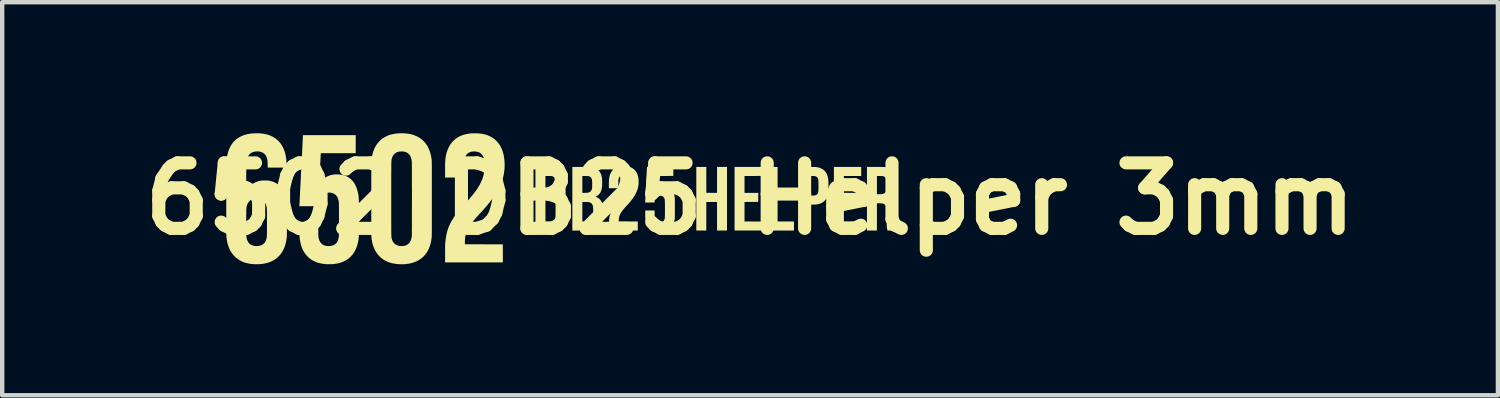
<source format=kicad_pcb>
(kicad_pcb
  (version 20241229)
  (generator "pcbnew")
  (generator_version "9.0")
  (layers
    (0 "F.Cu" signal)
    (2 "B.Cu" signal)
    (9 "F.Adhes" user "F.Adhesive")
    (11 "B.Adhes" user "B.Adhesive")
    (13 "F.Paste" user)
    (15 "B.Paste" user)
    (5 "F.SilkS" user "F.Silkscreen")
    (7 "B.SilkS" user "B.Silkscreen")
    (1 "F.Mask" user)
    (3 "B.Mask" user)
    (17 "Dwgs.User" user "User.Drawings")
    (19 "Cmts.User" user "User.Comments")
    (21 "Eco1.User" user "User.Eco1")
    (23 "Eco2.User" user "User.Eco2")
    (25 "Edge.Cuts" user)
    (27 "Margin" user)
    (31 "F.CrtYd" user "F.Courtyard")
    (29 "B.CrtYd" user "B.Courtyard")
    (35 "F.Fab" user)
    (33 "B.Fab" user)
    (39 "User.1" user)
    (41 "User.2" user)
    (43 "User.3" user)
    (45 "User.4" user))
  (footprint "6502 DB25 Helper 3mm"
    (layer "F.Cu")
    (at 14.121 1.5)
    (property "Reference" "6502 DB25 Helper 3mm" (at 0 0 0) (layer "F.SilkS") (effects (font (size 1.5 1.5) (thickness 0.3))))
    (attr board_only exclude_from_pos_files exclude_from_bom)
    (fp_poly (pts (xy 0.631 -0.104) (xy 0.631 0.52) (xy 0.819 0.52) (xy 1.006 0.52) (xy 1.006 0.624) (xy 1.006 0.728) (xy 0.704 0.728) (xy 0.402 0.728) (xy 0.402 -0.000001) (xy 0.402 -0.728) (xy 0.517 -0.728) (xy 0.631 -0.728)) (stroke (width 0) (type solid)) (fill yes) (layer "F.SilkS"))
    (fp_poly (pts (xy -1.001 -0.432) (xy -1 -0.136) (xy -0.878 -0.135) (xy -0.755 -0.134) (xy -0.755 -0.431) (xy -0.755 -0.728) (xy -0.641 -0.728) (xy -0.527 -0.728) (xy -0.527 -0.000001) (xy -0.527 0.728) (xy -0.641 0.728) (xy -0.755 0.728) (xy -0.755 0.401) (xy -0.755 0.074) (xy -0.878 0.074) (xy -1.001 0.074) (xy -1.001 0.401) (xy -1.001 0.728) (xy -1.116 0.728) (xy -1.23 0.728) (xy -1.23 -0.000001) (xy -1.23 -0.728) (xy -1.116 -0.728) (xy -1.001 -0.728)) (stroke (width 0) (type solid)) (fill yes) (layer "F.SilkS"))
    (fp_poly (pts (xy 0.27 -0.625) (xy 0.269 -0.522) (xy 0.072 -0.521) (xy -0.126 -0.52) (xy -0.126 -0.327) (xy -0.126 -0.135) (xy 0.032 -0.135) (xy 0.189 -0.135) (xy 0.188 -0.031) (xy 0.188 0.072) (xy 0.031 0.073) (xy -0.126 0.074) (xy -0.126 0.297) (xy -0.126 0.52) (xy 0.072 0.521) (xy 0.269 0.522) (xy 0.27 0.625) (xy 0.27 0.728) (xy -0.042 0.728) (xy -0.354 0.728) (xy -0.354 -0.000001) (xy -0.354 -0.728) (xy -0.042 -0.728) (xy 0.27 -0.728)) (stroke (width 0) (type solid)) (fill yes) (layer "F.SilkS"))
    (fp_poly (pts (xy 2.545 -0.624) (xy 2.545 -0.52) (xy 2.347 -0.52) (xy 2.149 -0.52) (xy 2.149 -0.328) (xy 2.15 -0.136) (xy 2.307 -0.135) (xy 2.463 -0.134) (xy 2.463 -0.03) (xy 2.463 0.074) (xy 2.306 0.074) (xy 2.149 0.074) (xy 2.149 0.297) (xy 2.149 0.52) (xy 2.347 0.52) (xy 2.545 0.52) (xy 2.545 0.624) (xy 2.545 0.728) (xy 2.232 0.728) (xy 1.92 0.728) (xy 1.92 -0.000001) (xy 1.92 -0.728) (xy 2.232 -0.728) (xy 2.545 -0.728)) (stroke (width 0) (type solid)) (fill yes) (layer "F.SilkS"))
    (fp_poly (pts (xy 1.318 -0.728) (xy 1.355 -0.728) (xy 1.388 -0.727) (xy 1.416 -0.727) (xy 1.44 -0.727) (xy 1.461 -0.727) (xy 1.478 -0.726) (xy 1.493 -0.726) (xy 1.505 -0.726) (xy 1.514 -0.725) (xy 1.522 -0.725) (xy 1.529 -0.724) (xy 1.534 -0.723) (xy 1.539 -0.723) (xy 1.539 -0.722) (xy 1.579 -0.713) (xy 1.615 -0.701) (xy 1.647 -0.685) (xy 1.676 -0.667) (xy 1.701 -0.646) (xy 1.723 -0.621) (xy 1.737 -0.603) (xy 1.754 -0.573) (xy 1.768 -0.541) (xy 1.779 -0.505) (xy 1.787 -0.466) (xy 1.793 -0.423) (xy 1.793 -0.418) (xy 1.794 -0.405) (xy 1.795 -0.388) (xy 1.795 -0.368) (xy 1.795 -0.345) (xy 1.796 -0.321) (xy 1.796 -0.295) (xy 1.796 -0.27) (xy 1.795 -0.246) (xy 1.795 -0.223) (xy 1.795 -0.203) (xy 1.794 -0.187) (xy 1.793 -0.174) (xy 1.793 -0.174) (xy 1.787 -0.128) (xy 1.778 -0.086) (xy 1.766 -0.048) (xy 1.75 -0.013) (xy 1.731 0.018) (xy 1.708 0.045) (xy 1.682 0.069) (xy 1.653 0.089) (xy 1.62 0.105) (xy 1.614 0.108) (xy 1.595 0.115) (xy 1.575 0.12) (xy 1.555 0.125) (xy 1.534 0.129) (xy 1.51 0.131) (xy 1.484 0.133) (xy 1.454 0.134) (xy 1.42 0.134) (xy 1.347 0.135) (xy 1.347 0.431) (xy 1.347 0.728) (xy 1.232 0.728) (xy 1.118 0.728) (xy 1.118 -0.000128) (xy 1.118 -0.297) (xy 1.347 -0.297) (xy 1.347 -0.074) (xy 1.412 -0.074) (xy 1.433 -0.074) (xy 1.451 -0.074) (xy 1.464 -0.074) (xy 1.475 -0.075) (xy 1.484 -0.076) (xy 1.49 -0.077) (xy 1.492 -0.078) (xy 1.513 -0.085) (xy 1.53 -0.097) (xy 1.544 -0.111) (xy 1.554 -0.13) (xy 1.559 -0.142) (xy 1.561 -0.15) (xy 1.563 -0.159) (xy 1.564 -0.17) (xy 1.565 -0.183) (xy 1.566 -0.198) (xy 1.567 -0.216) (xy 1.567 -0.238) (xy 1.567 -0.263) (xy 1.567 -0.293) (xy 1.567 -0.314) (xy 1.566 -0.341) (xy 1.566 -0.364) (xy 1.566 -0.383) (xy 1.565 -0.399) (xy 1.565 -0.411) (xy 1.564 -0.421) (xy 1.564 -0.429) (xy 1.563 -0.435) (xy 1.562 -0.44) (xy 1.561 -0.443) (xy 1.554 -0.465) (xy 1.544 -0.483) (xy 1.531 -0.497) (xy 1.515 -0.507) (xy 1.508 -0.511) (xy 1.5 -0.514) (xy 1.492 -0.516) (xy 1.483 -0.518) (xy 1.472 -0.519) (xy 1.459 -0.52) (xy 1.443 -0.52) (xy 1.422 -0.52) (xy 1.412 -0.52) (xy 1.347 -0.52) (xy 1.347 -0.297) (xy 1.118 -0.297) (xy 1.118 -0.729)) (stroke (width 0) (type solid)) (fill yes) (layer "F.SilkS"))
    (fp_poly (pts (xy -2.871 -0.748) (xy -2.85 -0.747) (xy -2.83 -0.746) (xy -2.814 -0.744) (xy -2.807 -0.743) (xy -2.767 -0.733) (xy -2.73 -0.72) (xy -2.696 -0.702) (xy -2.666 -0.681) (xy -2.639 -0.656) (xy -2.615 -0.628) (xy -2.595 -0.596) (xy -2.591 -0.587) (xy -2.576 -0.554) (xy -2.565 -0.517) (xy -2.557 -0.477) (xy -2.552 -0.435) (xy -2.55 -0.392) (xy -2.551 -0.348) (xy -2.556 -0.304) (xy -2.563 -0.261) (xy -2.57 -0.235) (xy -2.584 -0.191) (xy -2.602 -0.147) (xy -2.624 -0.104) (xy -2.65 -0.059) (xy -2.68 -0.014) (xy -2.693 0.005) (xy -2.707 0.023) (xy -2.722 0.043) (xy -2.739 0.063) (xy -2.758 0.085) (xy -2.778 0.109) (xy -2.802 0.135) (xy -2.828 0.164) (xy -2.842 0.179) (xy -2.87 0.211) (xy -2.895 0.239) (xy -2.916 0.266) (xy -2.935 0.29) (xy -2.95 0.313) (xy -2.964 0.334) (xy -2.974 0.355) (xy -2.983 0.375) (xy -2.991 0.396) (xy -2.996 0.417) (xy -2.996 0.417) (xy -2.999 0.429) (xy -3.001 0.445) (xy -3.003 0.463) (xy -3.005 0.481) (xy -3.006 0.498) (xy -3.006 0.51) (xy -3.007 0.52) (xy -2.788 0.52) (xy -2.57 0.52) (xy -2.57 0.624) (xy -2.57 0.728) (xy -2.902 0.728) (xy -3.233 0.728) (xy -3.232 0.617) (xy -3.231 0.585) (xy -3.231 0.557) (xy -3.23 0.533) (xy -3.229 0.514) (xy -3.228 0.497) (xy -3.227 0.484) (xy -3.226 0.475) (xy -3.221 0.439) (xy -3.215 0.405) (xy -3.207 0.373) (xy -3.197 0.343) (xy -3.186 0.313) (xy -3.172 0.283) (xy -3.156 0.253) (xy -3.137 0.223) (xy -3.116 0.192) (xy -3.091 0.16) (xy -3.063 0.125) (xy -3.032 0.089) (xy -3.001 0.054) (xy -2.967 0.017) (xy -2.938 -0.018) (xy -2.911 -0.05) (xy -2.888 -0.08) (xy -2.867 -0.108) (xy -2.85 -0.135) (xy -2.834 -0.161) (xy -2.821 -0.186) (xy -2.811 -0.21) (xy -2.801 -0.235) (xy -2.794 -0.26) (xy -2.792 -0.267) (xy -2.785 -0.297) (xy -2.781 -0.33) (xy -2.779 -0.362) (xy -2.779 -0.395) (xy -2.781 -0.425) (xy -2.785 -0.453) (xy -2.788 -0.466) (xy -2.797 -0.487) (xy -2.809 -0.505) (xy -2.824 -0.52) (xy -2.843 -0.531) (xy -2.865 -0.538) (xy -2.889 -0.541) (xy -2.916 -0.54) (xy -2.917 -0.54) (xy -2.94 -0.535) (xy -2.96 -0.527) (xy -2.978 -0.514) (xy -2.991 -0.498) (xy -2.998 -0.486) (xy -3.002 -0.478) (xy -3.005 -0.47) (xy -3.008 -0.462) (xy -3.01 -0.453) (xy -3.012 -0.443) (xy -3.013 -0.432) (xy -3.014 -0.418) (xy -3.015 -0.4) (xy -3.015 -0.38) (xy -3.016 -0.355) (xy -3.016 -0.337) (xy -3.017 -0.241) (xy -3.124 -0.242) (xy -3.231 -0.242) (xy -3.232 -0.307) (xy -3.232 -0.352) (xy -3.231 -0.393) (xy -3.229 -0.429) (xy -3.226 -0.462) (xy -3.221 -0.492) (xy -3.215 -0.519) (xy -3.208 -0.544) (xy -3.199 -0.567) (xy -3.189 -0.589) (xy -3.188 -0.591) (xy -3.169 -0.624) (xy -3.146 -0.652) (xy -3.12 -0.678) (xy -3.091 -0.699) (xy -3.058 -0.716) (xy -3.022 -0.73) (xy -2.983 -0.741) (xy -2.948 -0.746) (xy -2.932 -0.748) (xy -2.914 -0.748) (xy -2.893 -0.748)) (stroke (width 0) (type solid)) (fill yes) (layer "F.SilkS"))
    (fp_poly (pts (xy -4.682 -0.728) (xy -4.648 -0.728) (xy -4.617 -0.728) (xy -4.591 -0.728) (xy -4.568 -0.728) (xy -4.548 -0.727) (xy -4.531 -0.727) (xy -4.516 -0.726) (xy -4.503 -0.725) (xy -4.492 -0.724) (xy -4.481 -0.722) (xy -4.472 -0.721) (xy -4.462 -0.719) (xy -4.453 -0.717) (xy -4.445 -0.714) (xy -4.407 -0.703) (xy -4.374 -0.687) (xy -4.344 -0.668) (xy -4.317 -0.645) (xy -4.293 -0.618) (xy -4.273 -0.588) (xy -4.266 -0.574) (xy -4.253 -0.546) (xy -4.243 -0.516) (xy -4.235 -0.484) (xy -4.229 -0.449) (xy -4.225 -0.411) (xy -4.225 -0.405) (xy -4.225 -0.396) (xy -4.224 -0.383) (xy -4.224 -0.365) (xy -4.224 -0.343) (xy -4.223 -0.318) (xy -4.223 -0.289) (xy -4.223 -0.258) (xy -4.223 -0.224) (xy -4.223 -0.187) (xy -4.223 -0.15) (xy -4.222 -0.11) (xy -4.222 -0.07) (xy -4.222 -0.029) (xy -4.222 0.012) (xy -4.222 0.053) (xy -4.222 0.093) (xy -4.223 0.133) (xy -4.223 0.171) (xy -4.223 0.208) (xy -4.223 0.243) (xy -4.223 0.276) (xy -4.223 0.306) (xy -4.224 0.332) (xy -4.224 0.356) (xy -4.224 0.375) (xy -4.224 0.391) (xy -4.225 0.402) (xy -4.225 0.405) (xy -4.228 0.444) (xy -4.234 0.479) (xy -4.241 0.512) (xy -4.251 0.542) (xy -4.264 0.57) (xy -4.266 0.574) (xy -4.285 0.606) (xy -4.307 0.635) (xy -4.333 0.659) (xy -4.362 0.68) (xy -4.394 0.697) (xy -4.43 0.711) (xy -4.46 0.718) (xy -4.468 0.72) (xy -4.477 0.722) (xy -4.486 0.723) (xy -4.495 0.724) (xy -4.506 0.725) (xy -4.519 0.726) (xy -4.534 0.727) (xy -4.551 0.727) (xy -4.57 0.728) (xy -4.593 0.728) (xy -4.619 0.728) (xy -4.65 0.728) (xy -4.684 0.728) (xy -4.722 0.728) (xy -4.913 0.728) (xy -4.913 -0.000001) (xy -4.684 -0.000001) (xy -4.684 0.52) (xy -4.615 0.52) (xy -4.592 0.52) (xy -4.573 0.52) (xy -4.558 0.519) (xy -4.547 0.519) (xy -4.538 0.518) (xy -4.533 0.517) (xy -4.511 0.509) (xy -4.494 0.498) (xy -4.479 0.483) (xy -4.468 0.465) (xy -4.459 0.442) (xy -4.456 0.431) (xy -4.456 0.428) (xy -4.455 0.425) (xy -4.455 0.421) (xy -4.454 0.416) (xy -4.454 0.41) (xy -4.454 0.402) (xy -4.453 0.393) (xy -4.453 0.382) (xy -4.453 0.369) (xy -4.453 0.353) (xy -4.453 0.334) (xy -4.452 0.313) (xy -4.452 0.288) (xy -4.452 0.261) (xy -4.452 0.229) (xy -4.452 0.194) (xy -4.452 0.155) (xy -4.452 0.111) (xy -4.452 0.063) (xy -4.452 0.01) (xy -4.452 -0.000001) (xy -4.452 -0.054) (xy -4.452 -0.103) (xy -4.452 -0.147) (xy -4.452 -0.187) (xy -4.452 -0.223) (xy -4.452 -0.256) (xy -4.452 -0.284) (xy -4.452 -0.309) (xy -4.453 -0.331) (xy -4.453 -0.35) (xy -4.453 -0.366) (xy -4.453 -0.38) (xy -4.453 -0.391) (xy -4.454 -0.401) (xy -4.454 -0.409) (xy -4.454 -0.415) (xy -4.455 -0.42) (xy -4.455 -0.424) (xy -4.456 -0.428) (xy -4.456 -0.43) (xy -4.456 -0.431) (xy -4.464 -0.455) (xy -4.474 -0.476) (xy -4.487 -0.492) (xy -4.503 -0.505) (xy -4.523 -0.514) (xy -4.533 -0.517) (xy -4.539 -0.518) (xy -4.547 -0.519) (xy -4.559 -0.52) (xy -4.574 -0.52) (xy -4.593 -0.52) (xy -4.615 -0.52) (xy -4.684 -0.52) (xy -4.684 -0.000001) (xy -4.913 -0.000001) (xy -4.913 -0.728) (xy -4.722 -0.728)) (stroke (width 0) (type solid)) (fill yes) (layer "F.SilkS"))
    (fp_poly (pts (xy 2.905 -0.728) (xy 2.942 -0.728) (xy 2.974 -0.728) (xy 3.002 -0.728) (xy 3.027 -0.727) (xy 3.048 -0.727) (xy 3.067 -0.726) (xy 3.083 -0.725) (xy 3.098 -0.723) (xy 3.111 -0.722) (xy 3.123 -0.72) (xy 3.134 -0.717) (xy 3.145 -0.715) (xy 3.156 -0.711) (xy 3.167 -0.708) (xy 3.17 -0.707) (xy 3.204 -0.694) (xy 3.233 -0.678) (xy 3.259 -0.66) (xy 3.282 -0.638) (xy 3.301 -0.612) (xy 3.318 -0.583) (xy 3.331 -0.55) (xy 3.342 -0.513) (xy 3.348 -0.484) (xy 3.35 -0.473) (xy 3.351 -0.458) (xy 3.352 -0.44) (xy 3.353 -0.419) (xy 3.353 -0.395) (xy 3.353 -0.371) (xy 3.353 -0.346) (xy 3.353 -0.321) (xy 3.353 -0.296) (xy 3.352 -0.274) (xy 3.352 -0.254) (xy 3.351 -0.237) (xy 3.349 -0.224) (xy 3.349 -0.218) (xy 3.341 -0.183) (xy 3.331 -0.152) (xy 3.319 -0.123) (xy 3.302 -0.094) (xy 3.282 -0.07) (xy 3.26 -0.049) (xy 3.234 -0.032) (xy 3.226 -0.027) (xy 3.216 -0.022) (xy 3.21 -0.018) (xy 3.206 -0.015) (xy 3.205 -0.014) (xy 3.208 -0.013) (xy 3.214 -0.009) (xy 3.222 -0.006) (xy 3.224 -0.005) (xy 3.249 0.007) (xy 3.271 0.022) (xy 3.29 0.04) (xy 3.306 0.061) (xy 3.32 0.086) (xy 3.332 0.115) (xy 3.341 0.148) (xy 3.349 0.186) (xy 3.351 0.197) (xy 3.352 0.203) (xy 3.352 0.21) (xy 3.353 0.219) (xy 3.353 0.23) (xy 3.354 0.243) (xy 3.354 0.258) (xy 3.355 0.276) (xy 3.355 0.298) (xy 3.356 0.323) (xy 3.356 0.352) (xy 3.356 0.386) (xy 3.357 0.424) (xy 3.357 0.433) (xy 3.357 0.476) (xy 3.358 0.515) (xy 3.358 0.549) (xy 3.359 0.579) (xy 3.359 0.605) (xy 3.36 0.625) (xy 3.36 0.642) (xy 3.361 0.653) (xy 3.362 0.659) (xy 3.366 0.679) (xy 3.371 0.699) (xy 3.377 0.716) (xy 3.377 0.718) (xy 3.382 0.728) (xy 3.266 0.728) (xy 3.149 0.728) (xy 3.144 0.711) (xy 3.141 0.702) (xy 3.139 0.692) (xy 3.137 0.683) (xy 3.135 0.672) (xy 3.134 0.661) (xy 3.132 0.648) (xy 3.131 0.634) (xy 3.13 0.617) (xy 3.13 0.598) (xy 3.129 0.576) (xy 3.129 0.55) (xy 3.129 0.521) (xy 3.128 0.487) (xy 3.128 0.449) (xy 3.128 0.43) (xy 3.128 0.4) (xy 3.128 0.371) (xy 3.128 0.343) (xy 3.128 0.317) (xy 3.127 0.294) (xy 3.127 0.273) (xy 3.127 0.257) (xy 3.126 0.244) (xy 3.126 0.235) (xy 3.126 0.234) (xy 3.122 0.206) (xy 3.116 0.182) (xy 3.107 0.162) (xy 3.097 0.146) (xy 3.087 0.136) (xy 3.077 0.127) (xy 3.065 0.12) (xy 3.053 0.114) (xy 3.038 0.11) (xy 3.02 0.107) (xy 2.999 0.105) (xy 2.974 0.104) (xy 2.956 0.104) (xy 2.905 0.104) (xy 2.905 0.416) (xy 2.905 0.728) (xy 2.791 0.728) (xy 2.677 0.728) (xy 2.677 -0.000001) (xy 2.677 -0.312) (xy 2.905 -0.312) (xy 2.905 -0.104) (xy 2.956 -0.104) (xy 2.978 -0.104) (xy 2.997 -0.105) (xy 3.013 -0.106) (xy 3.025 -0.107) (xy 3.027 -0.108) (xy 3.051 -0.114) (xy 3.072 -0.124) (xy 3.089 -0.138) (xy 3.103 -0.155) (xy 3.114 -0.176) (xy 3.121 -0.201) (xy 3.122 -0.207) (xy 3.123 -0.217) (xy 3.124 -0.232) (xy 3.125 -0.25) (xy 3.126 -0.27) (xy 3.126 -0.292) (xy 3.126 -0.316) (xy 3.126 -0.339) (xy 3.126 -0.361) (xy 3.125 -0.382) (xy 3.124 -0.4) (xy 3.123 -0.415) (xy 3.122 -0.425) (xy 3.116 -0.45) (xy 3.106 -0.472) (xy 3.094 -0.489) (xy 3.078 -0.503) (xy 3.06 -0.513) (xy 3.056 -0.515) (xy 3.051 -0.516) (xy 3.046 -0.517) (xy 3.04 -0.518) (xy 3.031 -0.519) (xy 3.02 -0.519) (xy 3.005 -0.519) (xy 2.987 -0.52) (xy 2.975 -0.52) (xy 2.905 -0.521) (xy 2.905 -0.312) (xy 2.677 -0.312) (xy 2.677 -0.728) (xy 2.864 -0.728)) (stroke (width 0) (type solid)) (fill yes) (layer "F.SilkS"))
    (fp_poly (pts (xy -3.836 -0.728) (xy -3.799 -0.728) (xy -3.767 -0.728) (xy -3.739 -0.728) (xy -3.714 -0.727) (xy -3.692 -0.727) (xy -3.673 -0.726) (xy -3.657 -0.725) (xy -3.642 -0.723) (xy -3.629 -0.722) (xy -3.617 -0.72) (xy -3.606 -0.718) (xy -3.595 -0.715) (xy -3.584 -0.712) (xy -3.573 -0.708) (xy -3.568 -0.707) (xy -3.543 -0.698) (xy -3.521 -0.687) (xy -3.501 -0.676) (xy -3.483 -0.662) (xy -3.47 -0.65) (xy -3.449 -0.626) (xy -3.43 -0.6) (xy -3.415 -0.569) (xy -3.403 -0.535) (xy -3.394 -0.497) (xy -3.392 -0.487) (xy -3.39 -0.477) (xy -3.389 -0.466) (xy -3.388 -0.453) (xy -3.387 -0.439) (xy -3.386 -0.422) (xy -3.386 -0.4) (xy -3.385 -0.388) (xy -3.385 -0.35) (xy -3.386 -0.315) (xy -3.387 -0.285) (xy -3.39 -0.258) (xy -3.394 -0.234) (xy -3.399 -0.211) (xy -3.405 -0.19) (xy -3.413 -0.171) (xy -3.42 -0.154) (xy -3.436 -0.128) (xy -3.455 -0.104) (xy -3.477 -0.083) (xy -3.501 -0.066) (xy -3.521 -0.055) (xy -3.527 -0.052) (xy -3.531 -0.049) (xy -3.531 -0.048) (xy -3.529 -0.046) (xy -3.523 -0.043) (xy -3.514 -0.038) (xy -3.512 -0.037) (xy -3.482 -0.022) (xy -3.455 -0.002) (xy -3.432 0.021) (xy -3.412 0.047) (xy -3.395 0.078) (xy -3.382 0.112) (xy -3.372 0.15) (xy -3.366 0.19) (xy -3.365 0.202) (xy -3.364 0.217) (xy -3.363 0.236) (xy -3.363 0.257) (xy -3.362 0.281) (xy -3.362 0.305) (xy -3.362 0.33) (xy -3.362 0.355) (xy -3.362 0.378) (xy -3.362 0.399) (xy -3.363 0.417) (xy -3.364 0.432) (xy -3.364 0.44) (xy -3.371 0.484) (xy -3.381 0.523) (xy -3.395 0.559) (xy -3.412 0.591) (xy -3.426 0.613) (xy -3.45 0.639) (xy -3.476 0.663) (xy -3.506 0.683) (xy -3.54 0.699) (xy -3.578 0.712) (xy -3.617 0.721) (xy -3.622 0.722) (xy -3.627 0.723) (xy -3.633 0.724) (xy -3.639 0.725) (xy -3.646 0.725) (xy -3.654 0.726) (xy -3.664 0.726) (xy -3.677 0.726) (xy -3.691 0.727) (xy -3.709 0.727) (xy -3.73 0.727) (xy -3.754 0.727) (xy -3.783 0.727) (xy -3.815 0.728) (xy -3.853 0.728) (xy -3.856 0.728) (xy -4.068 0.729) (xy -4.068 0.297) (xy -3.839 0.297) (xy -3.839 0.52) (xy -3.761 0.52) (xy -3.738 0.52) (xy -3.719 0.52) (xy -3.704 0.52) (xy -3.692 0.519) (xy -3.683 0.519) (xy -3.675 0.518) (xy -3.67 0.517) (xy -3.668 0.516) (xy -3.648 0.509) (xy -3.631 0.499) (xy -3.617 0.486) (xy -3.607 0.469) (xy -3.599 0.448) (xy -3.595 0.433) (xy -3.594 0.427) (xy -3.593 0.42) (xy -3.592 0.412) (xy -3.591 0.403) (xy -3.591 0.393) (xy -3.591 0.379) (xy -3.591 0.363) (xy -3.59 0.342) (xy -3.59 0.318) (xy -3.59 0.312) (xy -3.59 0.282) (xy -3.591 0.256) (xy -3.591 0.234) (xy -3.592 0.216) (xy -3.593 0.201) (xy -3.594 0.188) (xy -3.596 0.176) (xy -3.598 0.166) (xy -3.601 0.156) (xy -3.603 0.151) (xy -3.613 0.129) (xy -3.625 0.111) (xy -3.641 0.097) (xy -3.661 0.086) (xy -3.684 0.078) (xy -3.689 0.077) (xy -3.698 0.076) (xy -3.709 0.075) (xy -3.725 0.074) (xy -3.745 0.074) (xy -3.769 0.074) (xy -3.772 0.074) (xy -3.839 0.074) (xy -3.839 0.297) (xy -4.068 0.297) (xy -4.068 0.000121) (xy -4.068 -0.327) (xy -3.839 -0.327) (xy -3.839 -0.134) (xy -3.778 -0.135) (xy -3.755 -0.136) (xy -3.737 -0.137) (xy -3.723 -0.138) (xy -3.713 -0.139) (xy -3.704 -0.14) (xy -3.701 -0.141) (xy -3.678 -0.149) (xy -3.659 -0.16) (xy -3.644 -0.175) (xy -3.632 -0.193) (xy -3.622 -0.216) (xy -3.621 -0.219) (xy -3.619 -0.225) (xy -3.618 -0.231) (xy -3.617 -0.237) (xy -3.616 -0.244) (xy -3.615 -0.253) (xy -3.615 -0.264) (xy -3.614 -0.278) (xy -3.614 -0.295) (xy -3.614 -0.317) (xy -3.613 -0.345) (xy -3.613 -0.368) (xy -3.614 -0.388) (xy -3.615 -0.404) (xy -3.616 -0.418) (xy -3.618 -0.43) (xy -3.62 -0.44) (xy -3.623 -0.45) (xy -3.624 -0.452) (xy -3.633 -0.473) (xy -3.646 -0.491) (xy -3.662 -0.504) (xy -3.679 -0.513) (xy -3.683 -0.515) (xy -3.688 -0.516) (xy -3.693 -0.517) (xy -3.699 -0.518) (xy -3.708 -0.519) (xy -3.719 -0.519) (xy -3.733 -0.519) (xy -3.751 -0.52) (xy -3.766 -0.52) (xy -3.839 -0.521) (xy -3.839 -0.327) (xy -4.068 -0.327) (xy -4.068 -0.728) (xy -3.877 -0.728)) (stroke (width 0) (type solid)) (fill yes) (layer "F.SilkS"))
    (fp_poly (pts (xy -6.275 -1.498) (xy -6.252 -1.498) (xy -6.231 -1.497) (xy -6.214 -1.496) (xy -6.202 -1.495) (xy -6.142 -1.487) (xy -6.086 -1.476) (xy -6.033 -1.461) (xy -5.984 -1.443) (xy -5.938 -1.421) (xy -5.895 -1.396) (xy -5.854 -1.368) (xy -5.848 -1.362) (xy -5.839 -1.354) (xy -5.827 -1.344) (xy -5.815 -1.332) (xy -5.803 -1.32) (xy -5.8 -1.317) (xy -5.765 -1.278) (xy -5.734 -1.235) (xy -5.707 -1.188) (xy -5.683 -1.138) (xy -5.663 -1.085) (xy -5.647 -1.028) (xy -5.634 -0.967) (xy -5.625 -0.903) (xy -5.621 -0.863) (xy -5.62 -0.841) (xy -5.619 -0.816) (xy -5.618 -0.789) (xy -5.619 -0.761) (xy -5.619 -0.733) (xy -5.62 -0.706) (xy -5.621 -0.683) (xy -5.622 -0.669) (xy -5.63 -0.607) (xy -5.64 -0.546) (xy -5.654 -0.486) (xy -5.671 -0.427) (xy -5.691 -0.369) (xy -5.715 -0.31) (xy -5.742 -0.251) (xy -5.774 -0.192) (xy -5.809 -0.132) (xy -5.848 -0.071) (xy -5.892 -0.009) (xy -5.94 0.055) (xy -5.992 0.12) (xy -6.012 0.145) (xy -6.032 0.168) (xy -6.051 0.191) (xy -6.07 0.213) (xy -6.091 0.236) (xy -6.112 0.26) (xy -6.136 0.286) (xy -6.162 0.315) (xy -6.177 0.33) (xy -6.219 0.377) (xy -6.258 0.42) (xy -6.294 0.461) (xy -6.326 0.499) (xy -6.355 0.535) (xy -6.381 0.569) (xy -6.404 0.601) (xy -6.425 0.632) (xy -6.443 0.662) (xy -6.459 0.692) (xy -6.473 0.72) (xy -6.485 0.748) (xy -6.496 0.777) (xy -6.505 0.805) (xy -6.51 0.826) (xy -6.517 0.854) (xy -6.521 0.881) (xy -6.525 0.909) (xy -6.527 0.939) (xy -6.528 0.973) (xy -6.528 0.982) (xy -6.528 1.042) (xy -6.094 1.043) (xy -5.659 1.043) (xy -5.659 1.25) (xy -5.659 1.457) (xy -6.32 1.457) (xy -6.981 1.457) (xy -6.981 1.262) (xy -6.981 1.23) (xy -6.981 1.199) (xy -6.981 1.168) (xy -6.981 1.14) (xy -6.981 1.113) (xy -6.98 1.089) (xy -6.98 1.069) (xy -6.98 1.052) (xy -6.979 1.039) (xy -6.979 1.031) (xy -6.972 0.958) (xy -6.963 0.889) (xy -6.951 0.823) (xy -6.936 0.76) (xy -6.918 0.699) (xy -6.896 0.64) (xy -6.87 0.582) (xy -6.841 0.525) (xy -6.807 0.468) (xy -6.77 0.41) (xy -6.729 0.353) (xy -6.709 0.326) (xy -6.689 0.3) (xy -6.668 0.274) (xy -6.645 0.248) (xy -6.622 0.22) (xy -6.596 0.191) (xy -6.567 0.159) (xy -6.536 0.125) (xy -6.528 0.117) (xy -6.478 0.062) (xy -6.431 0.009) (xy -6.389 -0.041) (xy -6.349 -0.088) (xy -6.314 -0.134) (xy -6.281 -0.177) (xy -6.251 -0.219) (xy -6.225 -0.26) (xy -6.201 -0.3) (xy -6.179 -0.338) (xy -6.16 -0.377) (xy -6.143 -0.414) (xy -6.128 -0.452) (xy -6.118 -0.484) (xy -6.103 -0.534) (xy -6.091 -0.583) (xy -6.083 -0.632) (xy -6.078 -0.682) (xy -6.076 -0.733) (xy -6.076 -0.777) (xy -6.078 -0.817) (xy -6.081 -0.853) (xy -6.085 -0.885) (xy -6.091 -0.914) (xy -6.099 -0.94) (xy -6.108 -0.964) (xy -6.118 -0.984) (xy -6.131 -1.003) (xy -6.147 -1.022) (xy -6.166 -1.039) (xy -6.187 -1.054) (xy -6.207 -1.064) (xy -6.212 -1.066) (xy -6.243 -1.075) (xy -6.276 -1.081) (xy -6.309 -1.083) (xy -6.343 -1.082) (xy -6.375 -1.077) (xy -6.406 -1.069) (xy -6.429 -1.06) (xy -6.454 -1.045) (xy -6.476 -1.026) (xy -6.496 -1.004) (xy -6.512 -0.978) (xy -6.526 -0.948) (xy -6.537 -0.914) (xy -6.543 -0.888) (xy -6.544 -0.883) (xy -6.545 -0.877) (xy -6.545 -0.872) (xy -6.546 -0.866) (xy -6.547 -0.858) (xy -6.547 -0.849) (xy -6.547 -0.838) (xy -6.548 -0.825) (xy -6.548 -0.809) (xy -6.548 -0.789) (xy -6.549 -0.767) (xy -6.549 -0.74) (xy -6.549 -0.709) (xy -6.549 -0.673) (xy -6.549 -0.673) (xy -6.55 -0.485) (xy -6.766 -0.485) (xy -6.981 -0.485) (xy -6.981 -0.657) (xy -6.981 -0.695) (xy -6.981 -0.729) (xy -6.981 -0.758) (xy -6.981 -0.784) (xy -6.98 -0.807) (xy -6.98 -0.827) (xy -6.979 -0.845) (xy -6.978 -0.861) (xy -6.977 -0.876) (xy -6.976 -0.89) (xy -6.975 -0.904) (xy -6.973 -0.918) (xy -6.971 -0.933) (xy -6.961 -0.994) (xy -6.947 -1.052) (xy -6.929 -1.107) (xy -6.907 -1.159) (xy -6.882 -1.207) (xy -6.853 -1.253) (xy -6.821 -1.294) (xy -6.785 -1.332) (xy -6.746 -1.366) (xy -6.707 -1.395) (xy -6.665 -1.42) (xy -6.619 -1.442) (xy -6.569 -1.46) (xy -6.516 -1.475) (xy -6.459 -1.487) (xy -6.399 -1.495) (xy -6.398 -1.495) (xy -6.384 -1.497) (xy -6.366 -1.497) (xy -6.345 -1.498) (xy -6.322 -1.498) (xy -6.298 -1.498)) (stroke (width 0) (type solid)) (fill yes) (layer "F.SilkS"))
    (fp_poly (pts (xy -1.756 -0.625) (xy -1.756 -0.522) (xy -1.956 -0.521) (xy -1.994 -0.521) (xy -2.028 -0.521) (xy -2.056 -0.52) (xy -2.081 -0.52) (xy -2.101 -0.52) (xy -2.118 -0.52) (xy -2.131 -0.519) (xy -2.141 -0.519) (xy -2.149 -0.519) (xy -2.153 -0.518) (xy -2.156 -0.518) (xy -2.156 -0.517) (xy -2.156 -0.514) (xy -2.157 -0.506) (xy -2.157 -0.495) (xy -2.158 -0.479) (xy -2.159 -0.46) (xy -2.16 -0.438) (xy -2.162 -0.414) (xy -2.163 -0.388) (xy -2.165 -0.36) (xy -2.165 -0.352) (xy -2.167 -0.317) (xy -2.169 -0.287) (xy -2.17 -0.262) (xy -2.171 -0.241) (xy -2.172 -0.223) (xy -2.173 -0.209) (xy -2.173 -0.198) (xy -2.173 -0.189) (xy -2.174 -0.183) (xy -2.174 -0.178) (xy -2.173 -0.175) (xy -2.173 -0.174) (xy -2.173 -0.173) (xy -2.172 -0.173) (xy -2.172 -0.173) (xy -2.169 -0.175) (xy -2.165 -0.18) (xy -2.16 -0.186) (xy -2.149 -0.201) (xy -2.134 -0.217) (xy -2.119 -0.231) (xy -2.103 -0.243) (xy -2.098 -0.246) (xy -2.071 -0.26) (xy -2.041 -0.27) (xy -2.009 -0.276) (xy -1.976 -0.278) (xy -1.943 -0.277) (xy -1.91 -0.272) (xy -1.879 -0.263) (xy -1.85 -0.251) (xy -1.848 -0.249) (xy -1.822 -0.233) (xy -1.799 -0.212) (xy -1.779 -0.187) (xy -1.761 -0.158) (xy -1.747 -0.125) (xy -1.735 -0.089) (xy -1.732 -0.074) (xy -1.73 -0.066) (xy -1.728 -0.058) (xy -1.727 -0.051) (xy -1.726 -0.043) (xy -1.725 -0.035) (xy -1.724 -0.026) (xy -1.723 -0.016) (xy -1.722 -0.004) (xy -1.722 0.009) (xy -1.722 0.025) (xy -1.721 0.044) (xy -1.721 0.066) (xy -1.721 0.091) (xy -1.721 0.12) (xy -1.721 0.153) (xy -1.721 0.19) (xy -1.721 0.217) (xy -1.721 0.257) (xy -1.721 0.292) (xy -1.721 0.323) (xy -1.721 0.349) (xy -1.721 0.372) (xy -1.721 0.392) (xy -1.722 0.409) (xy -1.722 0.423) (xy -1.722 0.434) (xy -1.722 0.444) (xy -1.723 0.452) (xy -1.723 0.459) (xy -1.724 0.465) (xy -1.725 0.47) (xy -1.726 0.475) (xy -1.726 0.475) (xy -1.735 0.518) (xy -1.748 0.557) (xy -1.764 0.593) (xy -1.783 0.624) (xy -1.805 0.652) (xy -1.814 0.662) (xy -1.829 0.676) (xy -1.841 0.686) (xy -1.854 0.695) (xy -1.868 0.704) (xy -1.877 0.709) (xy -1.911 0.725) (xy -1.949 0.737) (xy -1.97 0.741) (xy -1.982 0.743) (xy -1.993 0.745) (xy -2.006 0.746) (xy -2.02 0.747) (xy -2.039 0.747) (xy -2.051 0.748) (xy -2.067 0.748) (xy -2.083 0.748) (xy -2.096 0.748) (xy -2.106 0.748) (xy -2.112 0.747) (xy -2.113 0.747) (xy -2.156 0.74) (xy -2.196 0.729) (xy -2.232 0.714) (xy -2.264 0.696) (xy -2.294 0.673) (xy -2.319 0.648) (xy -2.342 0.618) (xy -2.361 0.585) (xy -2.376 0.548) (xy -2.388 0.507) (xy -2.393 0.484) (xy -2.394 0.475) (xy -2.395 0.467) (xy -2.396 0.458) (xy -2.397 0.448) (xy -2.398 0.435) (xy -2.398 0.42) (xy -2.399 0.401) (xy -2.399 0.378) (xy -2.399 0.362) (xy -2.4 0.269) (xy -2.292 0.269) (xy -2.184 0.269) (xy -2.184 0.35) (xy -2.184 0.376) (xy -2.184 0.398) (xy -2.183 0.416) (xy -2.182 0.43) (xy -2.181 0.443) (xy -2.18 0.453) (xy -2.177 0.462) (xy -2.174 0.471) (xy -2.171 0.48) (xy -2.169 0.483) (xy -2.158 0.502) (xy -2.143 0.517) (xy -2.125 0.529) (xy -2.105 0.537) (xy -2.086 0.54) (xy -2.058 0.541) (xy -2.033 0.538) (xy -2.011 0.531) (xy -1.992 0.52) (xy -1.977 0.505) (xy -1.965 0.487) (xy -1.956 0.464) (xy -1.952 0.449) (xy -1.951 0.443) (xy -1.95 0.432) (xy -1.95 0.417) (xy -1.949 0.398) (xy -1.949 0.377) (xy -1.948 0.353) (xy -1.948 0.326) (xy -1.948 0.299) (xy -1.948 0.27) (xy -1.948 0.24) (xy -1.948 0.211) (xy -1.948 0.182) (xy -1.948 0.154) (xy -1.948 0.127) (xy -1.949 0.102) (xy -1.949 0.08) (xy -1.95 0.061) (xy -1.95 0.045) (xy -1.951 0.033) (xy -1.952 0.025) (xy -1.952 0.025) (xy -1.958 -0.001) (xy -1.968 -0.022) (xy -1.982 -0.039) (xy -1.998 -0.053) (xy -2.018 -0.063) (xy -2.041 -0.068) (xy -2.045 -0.069) (xy -2.072 -0.071) (xy -2.096 -0.068) (xy -2.118 -0.061) (xy -2.137 -0.051) (xy -2.153 -0.037) (xy -2.165 -0.019) (xy -2.169 -0.011) (xy -2.174 0.001) (xy -2.178 0.014) (xy -2.181 0.027) (xy -2.183 0.042) (xy -2.184 0.057) (xy -2.185 0.085) (xy -2.293 0.086) (xy -2.4 0.086) (xy -2.4 0.075) (xy -2.4 0.071) (xy -2.399 0.063) (xy -2.399 0.05) (xy -2.398 0.033) (xy -2.397 0.013) (xy -2.396 -0.011) (xy -2.394 -0.038) (xy -2.393 -0.068) (xy -2.391 -0.1) (xy -2.39 -0.134) (xy -2.388 -0.17) (xy -2.386 -0.207) (xy -2.384 -0.245) (xy -2.382 -0.283) (xy -2.38 -0.322) (xy -2.378 -0.361) (xy -2.376 -0.399) (xy -2.374 -0.437) (xy -2.373 -0.473) (xy -2.371 -0.509) (xy -2.369 -0.542) (xy -2.367 -0.573) (xy -2.366 -0.602) (xy -2.365 -0.628) (xy -2.363 -0.651) (xy -2.362 -0.67) (xy -2.361 -0.686) (xy -2.361 -0.697) (xy -2.36 -0.704) (xy -2.36 -0.705) (xy -2.359 -0.728) (xy -2.057 -0.728) (xy -1.755 -0.728)) (stroke (width 0) (type solid)) (fill yes) (layer "F.SilkS"))
    (fp_poly (pts (xy -9.027 -1.25) (xy -9.027 -1.043) (xy -9.427 -1.043) (xy -9.826 -1.043) (xy -9.828 -1.022) (xy -9.828 -1.017) (xy -9.829 -1.007) (xy -9.83 -0.993) (xy -9.831 -0.974) (xy -9.832 -0.952) (xy -9.833 -0.927) (xy -9.835 -0.898) (xy -9.836 -0.867) (xy -9.838 -0.833) (xy -9.84 -0.798) (xy -9.842 -0.76) (xy -9.844 -0.721) (xy -9.846 -0.693) (xy -9.848 -0.653) (xy -9.85 -0.615) (xy -9.852 -0.578) (xy -9.854 -0.543) (xy -9.856 -0.51) (xy -9.857 -0.48) (xy -9.859 -0.452) (xy -9.86 -0.428) (xy -9.861 -0.407) (xy -9.862 -0.39) (xy -9.863 -0.377) (xy -9.863 -0.368) (xy -9.864 -0.365) (xy -9.864 -0.355) (xy -9.864 -0.349) (xy -9.863 -0.346) (xy -9.862 -0.345) (xy -9.861 -0.345) (xy -9.857 -0.348) (xy -9.851 -0.354) (xy -9.844 -0.364) (xy -9.842 -0.366) (xy -9.814 -0.404) (xy -9.782 -0.438) (xy -9.748 -0.467) (xy -9.711 -0.493) (xy -9.671 -0.515) (xy -9.629 -0.532) (xy -9.584 -0.545) (xy -9.537 -0.553) (xy -9.487 -0.558) (xy -9.437 -0.557) (xy -9.386 -0.553) (xy -9.337 -0.546) (xy -9.292 -0.534) (xy -9.25 -0.519) (xy -9.21 -0.5) (xy -9.18 -0.481) (xy -9.145 -0.455) (xy -9.113 -0.425) (xy -9.084 -0.39) (xy -9.058 -0.352) (xy -9.034 -0.309) (xy -9.013 -0.263) (xy -8.996 -0.213) (xy -8.981 -0.159) (xy -8.969 -0.102) (xy -8.966 -0.082) (xy -8.965 -0.071) (xy -8.963 -0.06) (xy -8.962 -0.05) (xy -8.961 -0.04) (xy -8.96 -0.03) (xy -8.959 -0.02) (xy -8.958 -0.008) (xy -8.957 0.004) (xy -8.956 0.018) (xy -8.956 0.033) (xy -8.955 0.051) (xy -8.955 0.07) (xy -8.955 0.092) (xy -8.954 0.116) (xy -8.954 0.143) (xy -8.954 0.174) (xy -8.954 0.208) (xy -8.954 0.246) (xy -8.954 0.287) (xy -8.954 0.333) (xy -8.954 0.384) (xy -8.954 0.434) (xy -8.954 0.492) (xy -8.954 0.547) (xy -8.954 0.597) (xy -8.954 0.643) (xy -8.954 0.686) (xy -8.954 0.724) (xy -8.954 0.758) (xy -8.955 0.788) (xy -8.955 0.813) (xy -8.955 0.833) (xy -8.956 0.848) (xy -8.956 0.859) (xy -8.956 0.863) (xy -8.963 0.929) (xy -8.974 0.992) (xy -8.988 1.051) (xy -9.006 1.107) (xy -9.028 1.159) (xy -9.053 1.207) (xy -9.082 1.253) (xy -9.114 1.294) (xy -9.149 1.332) (xy -9.189 1.367) (xy -9.228 1.395) (xy -9.271 1.42) (xy -9.317 1.442) (xy -9.367 1.461) (xy -9.42 1.476) (xy -9.477 1.487) (xy -9.534 1.495) (xy -9.543 1.496) (xy -9.557 1.497) (xy -9.574 1.497) (xy -9.592 1.498) (xy -9.611 1.498) (xy -9.63 1.499) (xy -9.648 1.499) (xy -9.665 1.499) (xy -9.678 1.499) (xy -9.688 1.499) (xy -9.69 1.499) (xy -9.713 1.497) (xy -9.732 1.495) (xy -9.747 1.493) (xy -9.76 1.492) (xy -9.772 1.491) (xy -9.782 1.489) (xy -9.793 1.487) (xy -9.795 1.487) (xy -9.852 1.475) (xy -9.907 1.46) (xy -9.958 1.44) (xy -10.006 1.417) (xy -10.05 1.389) (xy -10.087 1.362) (xy -10.096 1.354) (xy -10.108 1.344) (xy -10.12 1.332) (xy -10.132 1.32) (xy -10.135 1.317) (xy -10.169 1.278) (xy -10.2 1.236) (xy -10.227 1.19) (xy -10.251 1.141) (xy -10.271 1.088) (xy -10.287 1.032) (xy -10.3 0.972) (xy -10.31 0.908) (xy -10.314 0.862) (xy -10.315 0.853) (xy -10.315 0.84) (xy -10.315 0.823) (xy -10.316 0.803) (xy -10.316 0.779) (xy -10.316 0.754) (xy -10.316 0.727) (xy -10.317 0.7) (xy -10.317 0.684) (xy -10.317 0.538) (xy -10.101 0.538) (xy -9.885 0.538) (xy -9.884 0.7) (xy -9.884 0.733) (xy -9.884 0.762) (xy -9.884 0.787) (xy -9.884 0.808) (xy -9.883 0.825) (xy -9.883 0.839) (xy -9.882 0.851) (xy -9.882 0.861) (xy -9.881 0.869) (xy -9.881 0.876) (xy -9.88 0.881) (xy -9.879 0.886) (xy -9.874 0.908) (xy -9.867 0.931) (xy -9.86 0.953) (xy -9.851 0.973) (xy -9.846 0.982) (xy -9.838 0.996) (xy -9.826 1.01) (xy -9.812 1.025) (xy -9.798 1.038) (xy -9.785 1.049) (xy -9.778 1.053) (xy -9.753 1.065) (xy -9.725 1.074) (xy -9.695 1.08) (xy -9.663 1.083) (xy -9.631 1.083) (xy -9.599 1.08) (xy -9.568 1.073) (xy -9.557 1.07) (xy -9.528 1.059) (xy -9.502 1.043) (xy -9.48 1.023) (xy -9.46 1) (xy -9.444 0.972) (xy -9.431 0.941) (xy -9.421 0.906) (xy -9.414 0.867) (xy -9.413 0.86) (xy -9.413 0.854) (xy -9.412 0.843) (xy -9.412 0.828) (xy -9.412 0.809) (xy -9.412 0.787) (xy -9.411 0.761) (xy -9.411 0.732) (xy -9.411 0.701) (xy -9.411 0.667) (xy -9.411 0.632) (xy -9.411 0.595) (xy -9.411 0.557) (xy -9.41 0.518) (xy -9.41 0.479) (xy -9.41 0.44) (xy -9.41 0.401) (xy -9.411 0.362) (xy -9.411 0.325) (xy -9.411 0.289) (xy -9.411 0.255) (xy -9.411 0.223) (xy -9.411 0.193) (xy -9.411 0.167) (xy -9.412 0.143) (xy -9.412 0.123) (xy -9.412 0.107) (xy -9.413 0.095) (xy -9.413 0.088) (xy -9.413 0.087) (xy -9.419 0.047) (xy -9.428 0.01) (xy -9.44 -0.022) (xy -9.456 -0.05) (xy -9.474 -0.075) (xy -9.496 -0.096) (xy -9.521 -0.112) (xy -9.549 -0.126) (xy -9.581 -0.135) (xy -9.586 -0.136) (xy -9.603 -0.139) (xy -9.624 -0.141) (xy -9.647 -0.141) (xy -9.67 -0.14) (xy -9.691 -0.139) (xy -9.71 -0.136) (xy -9.715 -0.135) (xy -9.746 -0.126) (xy -9.775 -0.112) (xy -9.799 -0.095) (xy -9.821 -0.075) (xy -9.84 -0.05) (xy -9.855 -0.021) (xy -9.867 0.011) (xy -9.876 0.048) (xy -9.882 0.088) (xy -9.884 0.126) (xy -9.886 0.17) (xy -10.101 0.17) (xy -10.317 0.17) (xy -10.317 0.16) (xy -10.316 0.157) (xy -10.316 0.149) (xy -10.315 0.136) (xy -10.315 0.119) (xy -10.314 0.097) (xy -10.312 0.072) (xy -10.311 0.042) (xy -10.309 0.009) (xy -10.307 -0.028) (xy -10.305 -0.068) (xy -10.303 -0.112) (xy -10.301 -0.158) (xy -10.298 -0.207) (xy -10.296 -0.258) (xy -10.293 -0.312) (xy -10.29 -0.368) (xy -10.287 -0.426) (xy -10.284 -0.485) (xy -10.281 -0.547) (xy -10.278 -0.609) (xy -10.276 -0.644) (xy -10.273 -0.707) (xy -10.27 -0.769) (xy -10.267 -0.829) (xy -10.264 -0.888) (xy -10.261 -0.945) (xy -10.258 -1) (xy -10.255 -1.053) (xy -10.253 -1.103) (xy -10.25 -1.151) (xy -10.248 -1.196) (xy -10.246 -1.238) (xy -10.244 -1.276) (xy -10.242 -1.311) (xy -10.24 -1.343) (xy -10.239 -1.371) (xy -10.238 -1.395) (xy -10.237 -1.414) (xy -10.236 -1.43) (xy -10.236 -1.44) (xy -10.235 -1.446) (xy -10.235 -1.447) (xy -10.235 -1.457) (xy -9.631 -1.457) (xy -9.027 -1.457)) (stroke (width 0) (type solid)) (fill yes) (layer "F.SilkS"))
    (fp_poly (pts (xy -7.92 -1.498) (xy -7.861 -1.493) (xy -7.804 -1.485) (xy -7.75 -1.473) (xy -7.71 -1.462) (xy -7.658 -1.442) (xy -7.608 -1.419) (xy -7.562 -1.392) (xy -7.52 -1.361) (xy -7.48 -1.327) (xy -7.444 -1.289) (xy -7.412 -1.247) (xy -7.383 -1.201) (xy -7.358 -1.152) (xy -7.336 -1.099) (xy -7.318 -1.043) (xy -7.314 -1.029) (xy -7.307 -1) (xy -7.3 -0.968) (xy -7.295 -0.933) (xy -7.29 -0.897) (xy -7.289 -0.893) (xy -7.289 -0.89) (xy -7.289 -0.886) (xy -7.288 -0.881) (xy -7.288 -0.876) (xy -7.287 -0.871) (xy -7.287 -0.864) (xy -7.287 -0.857) (xy -7.287 -0.848) (xy -7.286 -0.838) (xy -7.286 -0.826) (xy -7.286 -0.813) (xy -7.286 -0.797) (xy -7.286 -0.78) (xy -7.286 -0.761) (xy -7.285 -0.739) (xy -7.285 -0.714) (xy -7.285 -0.687) (xy -7.285 -0.657) (xy -7.285 -0.624) (xy -7.285 -0.587) (xy -7.285 -0.548) (xy -7.285 -0.504) (xy -7.285 -0.457) (xy -7.285 -0.406) (xy -7.285 -0.351) (xy -7.285 -0.292) (xy -7.285 -0.229) (xy -7.285 -0.161) (xy -7.285 -0.088) (xy -7.285 -0.01) (xy -7.285 -0.000001) (xy -7.285 0.078) (xy -7.285 0.152) (xy -7.285 0.22) (xy -7.285 0.285) (xy -7.285 0.344) (xy -7.285 0.4) (xy -7.285 0.451) (xy -7.285 0.499) (xy -7.285 0.542) (xy -7.285 0.583) (xy -7.285 0.619) (xy -7.285 0.653) (xy -7.285 0.683) (xy -7.285 0.711) (xy -7.285 0.736) (xy -7.285 0.758) (xy -7.286 0.778) (xy -7.286 0.795) (xy -7.286 0.811) (xy -7.286 0.825) (xy -7.286 0.836) (xy -7.287 0.847) (xy -7.287 0.856) (xy -7.287 0.863) (xy -7.287 0.87) (xy -7.288 0.876) (xy -7.288 0.881) (xy -7.288 0.885) (xy -7.289 0.889) (xy -7.289 0.893) (xy -7.289 0.893) (xy -7.298 0.955) (xy -7.31 1.013) (xy -7.325 1.067) (xy -7.343 1.118) (xy -7.364 1.165) (xy -7.388 1.21) (xy -7.416 1.252) (xy -7.437 1.279) (xy -7.471 1.318) (xy -7.509 1.352) (xy -7.55 1.384) (xy -7.594 1.411) (xy -7.642 1.435) (xy -7.693 1.455) (xy -7.747 1.472) (xy -7.804 1.485) (xy -7.864 1.494) (xy -7.926 1.499) (xy -7.991 1.5) (xy -8.036 1.498) (xy -8.093 1.494) (xy -8.149 1.485) (xy -8.203 1.474) (xy -8.255 1.458) (xy -8.303 1.44) (xy -8.327 1.43) (xy -8.373 1.405) (xy -8.416 1.376) (xy -8.457 1.344) (xy -8.494 1.307) (xy -8.528 1.267) (xy -8.558 1.224) (xy -8.585 1.177) (xy -8.609 1.127) (xy -8.629 1.075) (xy -8.645 1.019) (xy -8.655 0.97) (xy -8.656 0.962) (xy -8.658 0.955) (xy -8.659 0.949) (xy -8.66 0.943) (xy -8.661 0.937) (xy -8.662 0.931) (xy -8.663 0.925) (xy -8.664 0.918) (xy -8.665 0.911) (xy -8.665 0.903) (xy -8.666 0.895) (xy -8.667 0.885) (xy -8.667 0.875) (xy -8.668 0.863) (xy -8.668 0.849) (xy -8.669 0.834) (xy -8.669 0.817) (xy -8.669 0.797) (xy -8.67 0.776) (xy -8.67 0.752) (xy -8.67 0.726) (xy -8.67 0.697) (xy -8.67 0.665) (xy -8.67 0.63) (xy -8.67 0.591) (xy -8.67 0.55) (xy -8.671 0.505) (xy -8.671 0.456) (xy -8.671 0.403) (xy -8.671 0.346) (xy -8.671 0.285) (xy -8.671 0.219) (xy -8.671 0.149) (xy -8.671 0.074) (xy -8.671 -0.000001) (xy -8.671 -0.079) (xy -8.671 -0.154) (xy -8.671 -0.186) (xy -8.214 -0.186) (xy -8.214 -0.114) (xy -8.214 -0.038) (xy -8.214 -0.000001) (xy -8.214 0.079) (xy -8.214 0.153) (xy -8.214 0.222) (xy -8.214 0.286) (xy -8.214 0.346) (xy -8.214 0.402) (xy -8.214 0.454) (xy -8.214 0.502) (xy -8.214 0.546) (xy -8.213 0.587) (xy -8.213 0.624) (xy -8.213 0.658) (xy -8.213 0.689) (xy -8.213 0.717) (xy -8.213 0.742) (xy -8.213 0.764) (xy -8.212 0.784) (xy -8.212 0.802) (xy -8.212 0.818) (xy -8.211 0.832) (xy -8.211 0.844) (xy -8.211 0.854) (xy -8.21 0.864) (xy -8.21 0.871) (xy -8.209 0.878) (xy -8.209 0.884) (xy -8.208 0.889) (xy -8.207 0.893) (xy -8.206 0.897) (xy -8.206 0.901) (xy -8.205 0.905) (xy -8.204 0.908) (xy -8.203 0.912) (xy -8.202 0.914) (xy -8.192 0.948) (xy -8.178 0.978) (xy -8.16 1.005) (xy -8.14 1.028) (xy -8.116 1.047) (xy -8.089 1.062) (xy -8.06 1.073) (xy -8.058 1.074) (xy -8.033 1.079) (xy -8.006 1.082) (xy -7.977 1.083) (xy -7.948 1.082) (xy -7.922 1.079) (xy -7.909 1.076) (xy -7.881 1.068) (xy -7.854 1.055) (xy -7.83 1.039) (xy -7.808 1.021) (xy -7.797 1.008) (xy -7.781 0.983) (xy -7.767 0.955) (xy -7.756 0.922) (xy -7.748 0.887) (xy -7.743 0.851) (xy -7.743 0.846) (xy -7.742 0.836) (xy -7.742 0.822) (xy -7.742 0.803) (xy -7.742 0.781) (xy -7.742 0.754) (xy -7.742 0.724) (xy -7.741 0.69) (xy -7.741 0.653) (xy -7.741 0.613) (xy -7.741 0.57) (xy -7.741 0.525) (xy -7.741 0.478) (xy -7.741 0.428) (xy -7.741 0.377) (xy -7.741 0.324) (xy -7.741 0.27) (xy -7.741 0.214) (xy -7.74 0.158) (xy -7.74 0.101) (xy -7.74 0.044) (xy -7.74 -0.013) (xy -7.74 -0.071) (xy -7.74 -0.128) (xy -7.74 -0.185) (xy -7.741 -0.241) (xy -7.741 -0.295) (xy -7.741 -0.349) (xy -7.741 -0.401) (xy -7.741 -0.452) (xy -7.741 -0.5) (xy -7.741 -0.547) (xy -7.741 -0.591) (xy -7.741 -0.632) (xy -7.741 -0.671) (xy -7.741 -0.706) (xy -7.742 -0.738) (xy -7.742 -0.767) (xy -7.742 -0.792) (xy -7.742 -0.813) (xy -7.742 -0.829) (xy -7.742 -0.841) (xy -7.743 -0.849) (xy -7.743 -0.851) (xy -7.748 -0.889) (xy -7.757 -0.925) (xy -7.768 -0.957) (xy -7.782 -0.985) (xy -7.797 -1.008) (xy -7.816 -1.028) (xy -7.839 -1.046) (xy -7.865 -1.061) (xy -7.893 -1.072) (xy -7.91 -1.077) (xy -7.928 -1.08) (xy -7.949 -1.082) (xy -7.972 -1.083) (xy -7.995 -1.082) (xy -8.016 -1.081) (xy -8.035 -1.079) (xy -8.04 -1.078) (xy -8.072 -1.069) (xy -8.101 -1.056) (xy -8.127 -1.039) (xy -8.15 -1.018) (xy -8.169 -0.993) (xy -8.185 -0.965) (xy -8.197 -0.933) (xy -8.202 -0.914) (xy -8.203 -0.91) (xy -8.204 -0.906) (xy -8.205 -0.903) (xy -8.206 -0.899) (xy -8.207 -0.895) (xy -8.208 -0.891) (xy -8.208 -0.886) (xy -8.209 -0.881) (xy -8.209 -0.875) (xy -8.21 -0.867) (xy -8.21 -0.859) (xy -8.211 -0.849) (xy -8.211 -0.838) (xy -8.212 -0.825) (xy -8.212 -0.81) (xy -8.212 -0.793) (xy -8.213 -0.774) (xy -8.213 -0.753) (xy -8.213 -0.729) (xy -8.213 -0.702) (xy -8.213 -0.673) (xy -8.213 -0.64) (xy -8.213 -0.605) (xy -8.214 -0.566) (xy -8.214 -0.523) (xy -8.214 -0.477) (xy -8.214 -0.427) (xy -8.214 -0.373) (xy -8.214 -0.315) (xy -8.214 -0.253) (xy -8.214 -0.186) (xy -8.671 -0.186) (xy -8.671 -0.224) (xy -8.671 -0.289) (xy -8.671 -0.35) (xy -8.671 -0.407) (xy -8.671 -0.459) (xy -8.671 -0.508) (xy -8.67 -0.553) (xy -8.67 -0.594) (xy -8.67 -0.632) (xy -8.67 -0.667) (xy -8.67 -0.699) (xy -8.67 -0.728) (xy -8.67 -0.754) (xy -8.67 -0.777) (xy -8.669 -0.799) (xy -8.669 -0.818) (xy -8.669 -0.835) (xy -8.668 -0.85) (xy -8.668 -0.864) (xy -8.667 -0.876) (xy -8.667 -0.886) (xy -8.666 -0.896) (xy -8.665 -0.904) (xy -8.665 -0.912) (xy -8.664 -0.919) (xy -8.663 -0.925) (xy -8.662 -0.931) (xy -8.661 -0.937) (xy -8.66 -0.943) (xy -8.659 -0.949) (xy -8.658 -0.956) (xy -8.656 -0.963) (xy -8.655 -0.97) (xy -8.642 -1.028) (xy -8.625 -1.084) (xy -8.605 -1.137) (xy -8.581 -1.187) (xy -8.553 -1.233) (xy -8.521 -1.276) (xy -8.486 -1.315) (xy -8.448 -1.351) (xy -8.407 -1.383) (xy -8.362 -1.411) (xy -8.314 -1.436) (xy -8.264 -1.456) (xy -8.211 -1.472) (xy -8.156 -1.484) (xy -8.098 -1.493) (xy -8.039 -1.498) (xy -7.979 -1.5)) (stroke (width 0) (type solid)) (fill yes) (layer "F.SilkS"))
    (fp_poly (pts (xy -11.252 -1.499) (xy -11.192 -1.495) (xy -11.134 -1.487) (xy -11.076 -1.476) (xy -11.022 -1.46) (xy -10.971 -1.441) (xy -10.923 -1.418) (xy -10.879 -1.39) (xy -10.837 -1.359) (xy -10.799 -1.324) (xy -10.763 -1.285) (xy -10.76 -1.281) (xy -10.73 -1.241) (xy -10.704 -1.197) (xy -10.681 -1.15) (xy -10.661 -1.099) (xy -10.644 -1.046) (xy -10.631 -0.991) (xy -10.628 -0.975) (xy -10.624 -0.951) (xy -10.62 -0.928) (xy -10.618 -0.907) (xy -10.615 -0.885) (xy -10.614 -0.862) (xy -10.613 -0.837) (xy -10.612 -0.808) (xy -10.612 -0.793) (xy -10.61 -0.713) (xy -10.826 -0.713) (xy -11.042 -0.713) (xy -11.043 -0.786) (xy -11.044 -0.814) (xy -11.045 -0.838) (xy -11.046 -0.857) (xy -11.047 -0.872) (xy -11.049 -0.882) (xy -11.057 -0.92) (xy -11.068 -0.953) (xy -11.082 -0.982) (xy -11.099 -1.008) (xy -11.119 -1.029) (xy -11.143 -1.048) (xy -11.169 -1.062) (xy -11.173 -1.064) (xy -11.202 -1.074) (xy -11.233 -1.08) (xy -11.265 -1.084) (xy -11.299 -1.083) (xy -11.332 -1.08) (xy -11.364 -1.073) (xy -11.394 -1.062) (xy -11.408 -1.056) (xy -11.431 -1.042) (xy -11.451 -1.026) (xy -11.468 -1.008) (xy -11.483 -0.986) (xy -11.496 -0.961) (xy -11.507 -0.933) (xy -11.516 -0.901) (xy -11.524 -0.864) (xy -11.53 -0.823) (xy -11.53 -0.821) (xy -11.531 -0.815) (xy -11.531 -0.803) (xy -11.532 -0.786) (xy -11.532 -0.765) (xy -11.532 -0.739) (xy -11.533 -0.708) (xy -11.533 -0.672) (xy -11.533 -0.632) (xy -11.534 -0.587) (xy -11.534 -0.538) (xy -11.534 -0.484) (xy -11.534 -0.483) (xy -11.534 -0.436) (xy -11.534 -0.395) (xy -11.535 -0.358) (xy -11.535 -0.325) (xy -11.535 -0.296) (xy -11.535 -0.271) (xy -11.535 -0.249) (xy -11.535 -0.231) (xy -11.535 -0.215) (xy -11.534 -0.203) (xy -11.534 -0.193) (xy -11.534 -0.185) (xy -11.534 -0.178) (xy -11.533 -0.174) (xy -11.533 -0.171) (xy -11.532 -0.169) (xy -11.532 -0.168) (xy -11.531 -0.168) (xy -11.53 -0.168) (xy -11.53 -0.168) (xy -11.527 -0.169) (xy -11.524 -0.173) (xy -11.518 -0.181) (xy -11.511 -0.193) (xy -11.51 -0.196) (xy -11.485 -0.237) (xy -11.457 -0.274) (xy -11.427 -0.306) (xy -11.393 -0.334) (xy -11.357 -0.359) (xy -11.318 -0.379) (xy -11.276 -0.395) (xy -11.231 -0.407) (xy -11.182 -0.416) (xy -11.18 -0.416) (xy -11.163 -0.418) (xy -11.143 -0.419) (xy -11.12 -0.419) (xy -11.097 -0.419) (xy -11.073 -0.419) (xy -11.052 -0.418) (xy -11.033 -0.416) (xy -11.026 -0.415) (xy -10.977 -0.406) (xy -10.931 -0.393) (xy -10.888 -0.376) (xy -10.848 -0.355) (xy -10.811 -0.33) (xy -10.777 -0.301) (xy -10.746 -0.268) (xy -10.717 -0.231) (xy -10.692 -0.189) (xy -10.669 -0.143) (xy -10.659 -0.119) (xy -10.646 -0.081) (xy -10.633 -0.037) (xy -10.623 0.01) (xy -10.614 0.06) (xy -10.608 0.114) (xy -10.605 0.138) (xy -10.605 0.147) (xy -10.604 0.16) (xy -10.604 0.178) (xy -10.604 0.199) (xy -10.603 0.224) (xy -10.603 0.252) (xy -10.603 0.283) (xy -10.602 0.316) (xy -10.602 0.351) (xy -10.602 0.387) (xy -10.602 0.425) (xy -10.602 0.464) (xy -10.602 0.502) (xy -10.602 0.541) (xy -10.602 0.58) (xy -10.602 0.617) (xy -10.602 0.654) (xy -10.602 0.689) (xy -10.603 0.722) (xy -10.603 0.753) (xy -10.603 0.781) (xy -10.604 0.806) (xy -10.604 0.828) (xy -10.604 0.846) (xy -10.605 0.859) (xy -10.605 0.868) (xy -10.605 0.869) (xy -10.613 0.931) (xy -10.623 0.989) (xy -10.636 1.043) (xy -10.652 1.094) (xy -10.671 1.141) (xy -10.693 1.186) (xy -10.717 1.227) (xy -10.749 1.271) (xy -10.784 1.311) (xy -10.821 1.347) (xy -10.862 1.379) (xy -10.906 1.408) (xy -10.953 1.432) (xy -11.003 1.453) (xy -11.057 1.47) (xy -11.114 1.483) (xy -11.174 1.493) (xy -11.185 1.494) (xy -11.202 1.495) (xy -11.224 1.497) (xy -11.248 1.498) (xy -11.274 1.498) (xy -11.299 1.499) (xy -11.324 1.499) (xy -11.346 1.499) (xy -11.365 1.498) (xy -11.37 1.497) (xy -11.432 1.491) (xy -11.491 1.481) (xy -11.547 1.467) (xy -11.599 1.45) (xy -11.648 1.428) (xy -11.694 1.403) (xy -11.737 1.374) (xy -11.777 1.342) (xy -11.805 1.314) (xy -11.838 1.277) (xy -11.868 1.238) (xy -11.894 1.196) (xy -11.917 1.151) (xy -11.937 1.103) (xy -11.954 1.052) (xy -11.968 0.997) (xy -11.979 0.938) (xy -11.986 0.888) (xy -11.986 0.885) (xy -11.987 0.881) (xy -11.987 0.876) (xy -11.988 0.87) (xy -11.988 0.864) (xy -11.988 0.857) (xy -11.988 0.848) (xy -11.989 0.838) (xy -11.989 0.826) (xy -11.989 0.813) (xy -11.989 0.797) (xy -11.989 0.78) (xy -11.99 0.76) (xy -11.99 0.738) (xy -11.99 0.713) (xy -11.99 0.685) (xy -11.99 0.654) (xy -11.99 0.621) (xy -11.99 0.584) (xy -11.991 0.543) (xy -11.991 0.524) (xy -11.534 0.524) (xy -11.534 0.541) (xy -11.534 0.588) (xy -11.534 0.631) (xy -11.534 0.67) (xy -11.534 0.704) (xy -11.533 0.735) (xy -11.533 0.761) (xy -11.533 0.785) (xy -11.533 0.805) (xy -11.532 0.823) (xy -11.532 0.839) (xy -11.531 0.852) (xy -11.53 0.863) (xy -11.53 0.873) (xy -11.529 0.882) (xy -11.527 0.89) (xy -11.526 0.897) (xy -11.524 0.904) (xy -11.523 0.91) (xy -11.521 0.918) (xy -11.519 0.925) (xy -11.518 0.925) (xy -11.507 0.958) (xy -11.492 0.988) (xy -11.473 1.013) (xy -11.452 1.035) (xy -11.427 1.052) (xy -11.399 1.066) (xy -11.368 1.075) (xy -11.352 1.079) (xy -11.342 1.08) (xy -11.334 1.082) (xy -11.33 1.083) (xy -11.329 1.083) (xy -11.324 1.083) (xy -11.314 1.083) (xy -11.302 1.083) (xy -11.288 1.083) (xy -11.273 1.082) (xy -11.259 1.081) (xy -11.247 1.08) (xy -11.237 1.078) (xy -11.234 1.078) (xy -11.202 1.069) (xy -11.173 1.056) (xy -11.147 1.04) (xy -11.125 1.019) (xy -11.106 0.996) (xy -11.09 0.968) (xy -11.078 0.936) (xy -11.068 0.901) (xy -11.062 0.865) (xy -11.062 0.858) (xy -11.061 0.847) (xy -11.061 0.831) (xy -11.06 0.811) (xy -11.06 0.788) (xy -11.06 0.761) (xy -11.059 0.732) (xy -11.059 0.701) (xy -11.059 0.668) (xy -11.059 0.634) (xy -11.059 0.598) (xy -11.059 0.562) (xy -11.059 0.526) (xy -11.059 0.489) (xy -11.059 0.454) (xy -11.059 0.419) (xy -11.059 0.386) (xy -11.059 0.354) (xy -11.06 0.325) (xy -11.06 0.298) (xy -11.06 0.275) (xy -11.061 0.254) (xy -11.061 0.238) (xy -11.062 0.226) (xy -11.062 0.218) (xy -11.062 0.217) (xy -11.069 0.178) (xy -11.079 0.143) (xy -11.091 0.113) (xy -11.106 0.086) (xy -11.124 0.062) (xy -11.134 0.052) (xy -11.156 0.034) (xy -11.178 0.02) (xy -11.203 0.01) (xy -11.231 0.002) (xy -11.262 -0.002) (xy -11.296 -0.003) (xy -11.33 -0.002) (xy -11.36 0.002) (xy -11.387 0.009) (xy -11.411 0.019) (xy -11.432 0.03) (xy -11.455 0.048) (xy -11.475 0.069) (xy -11.492 0.093) (xy -11.506 0.121) (xy -11.517 0.152) (xy -11.526 0.188) (xy -11.529 0.206) (xy -11.53 0.211) (xy -11.53 0.216) (xy -11.531 0.221) (xy -11.531 0.228) (xy -11.532 0.235) (xy -11.532 0.244) (xy -11.533 0.255) (xy -11.533 0.268) (xy -11.533 0.283) (xy -11.533 0.301) (xy -11.533 0.322) (xy -11.533 0.346) (xy -11.534 0.373) (xy -11.534 0.404) (xy -11.534 0.44) (xy -11.534 0.48) (xy -11.534 0.524) (xy -11.991 0.524) (xy -11.991 0.499) (xy -11.991 0.451) (xy -11.991 0.399) (xy -11.991 0.343) (xy -11.991 0.282) (xy -11.991 0.217) (xy -11.991 0.148) (xy -11.991 0.073) (xy -11.991 0.043) (xy -11.991 -0.036) (xy -11.991 -0.11) (xy -11.991 -0.179) (xy -11.992 -0.243) (xy -11.992 -0.304) (xy -11.992 -0.36) (xy -11.992 -0.412) (xy -11.992 -0.46) (xy -11.992 -0.504) (xy -11.991 -0.545) (xy -11.991 -0.583) (xy -11.991 -0.617) (xy -11.991 -0.649) (xy -11.991 -0.678) (xy -11.991 -0.704) (xy -11.991 -0.727) (xy -11.99 -0.749) (xy -11.99 -0.768) (xy -11.99 -0.785) (xy -11.989 -0.8) (xy -11.989 -0.814) (xy -11.988 -0.827) (xy -11.988 -0.838) (xy -11.987 -0.848) (xy -11.987 -0.858) (xy -11.986 -0.866) (xy -11.985 -0.874) (xy -11.985 -0.882) (xy -11.984 -0.89) (xy -11.983 -0.897) (xy -11.983 -0.899) (xy -11.974 -0.963) (xy -11.961 -1.024) (xy -11.945 -1.082) (xy -11.925 -1.135) (xy -11.902 -1.185) (xy -11.876 -1.232) (xy -11.847 -1.274) (xy -11.814 -1.313) (xy -11.778 -1.347) (xy -11.771 -1.353) (xy -11.73 -1.385) (xy -11.685 -1.412) (xy -11.638 -1.436) (xy -11.587 -1.456) (xy -11.533 -1.472) (xy -11.493 -1.481) (xy -11.436 -1.491) (xy -11.376 -1.497) (xy -11.314 -1.499)) (stroke (width 0) (type solid)) (fill yes) (layer "F.SilkS")))
  (gr_rect
    (start -3 -3)
    (end 31.243 5.999)
    (stroke (width 0.1) (type default))
    (fill no)
    (layer "Edge.Cuts")))
</source>
